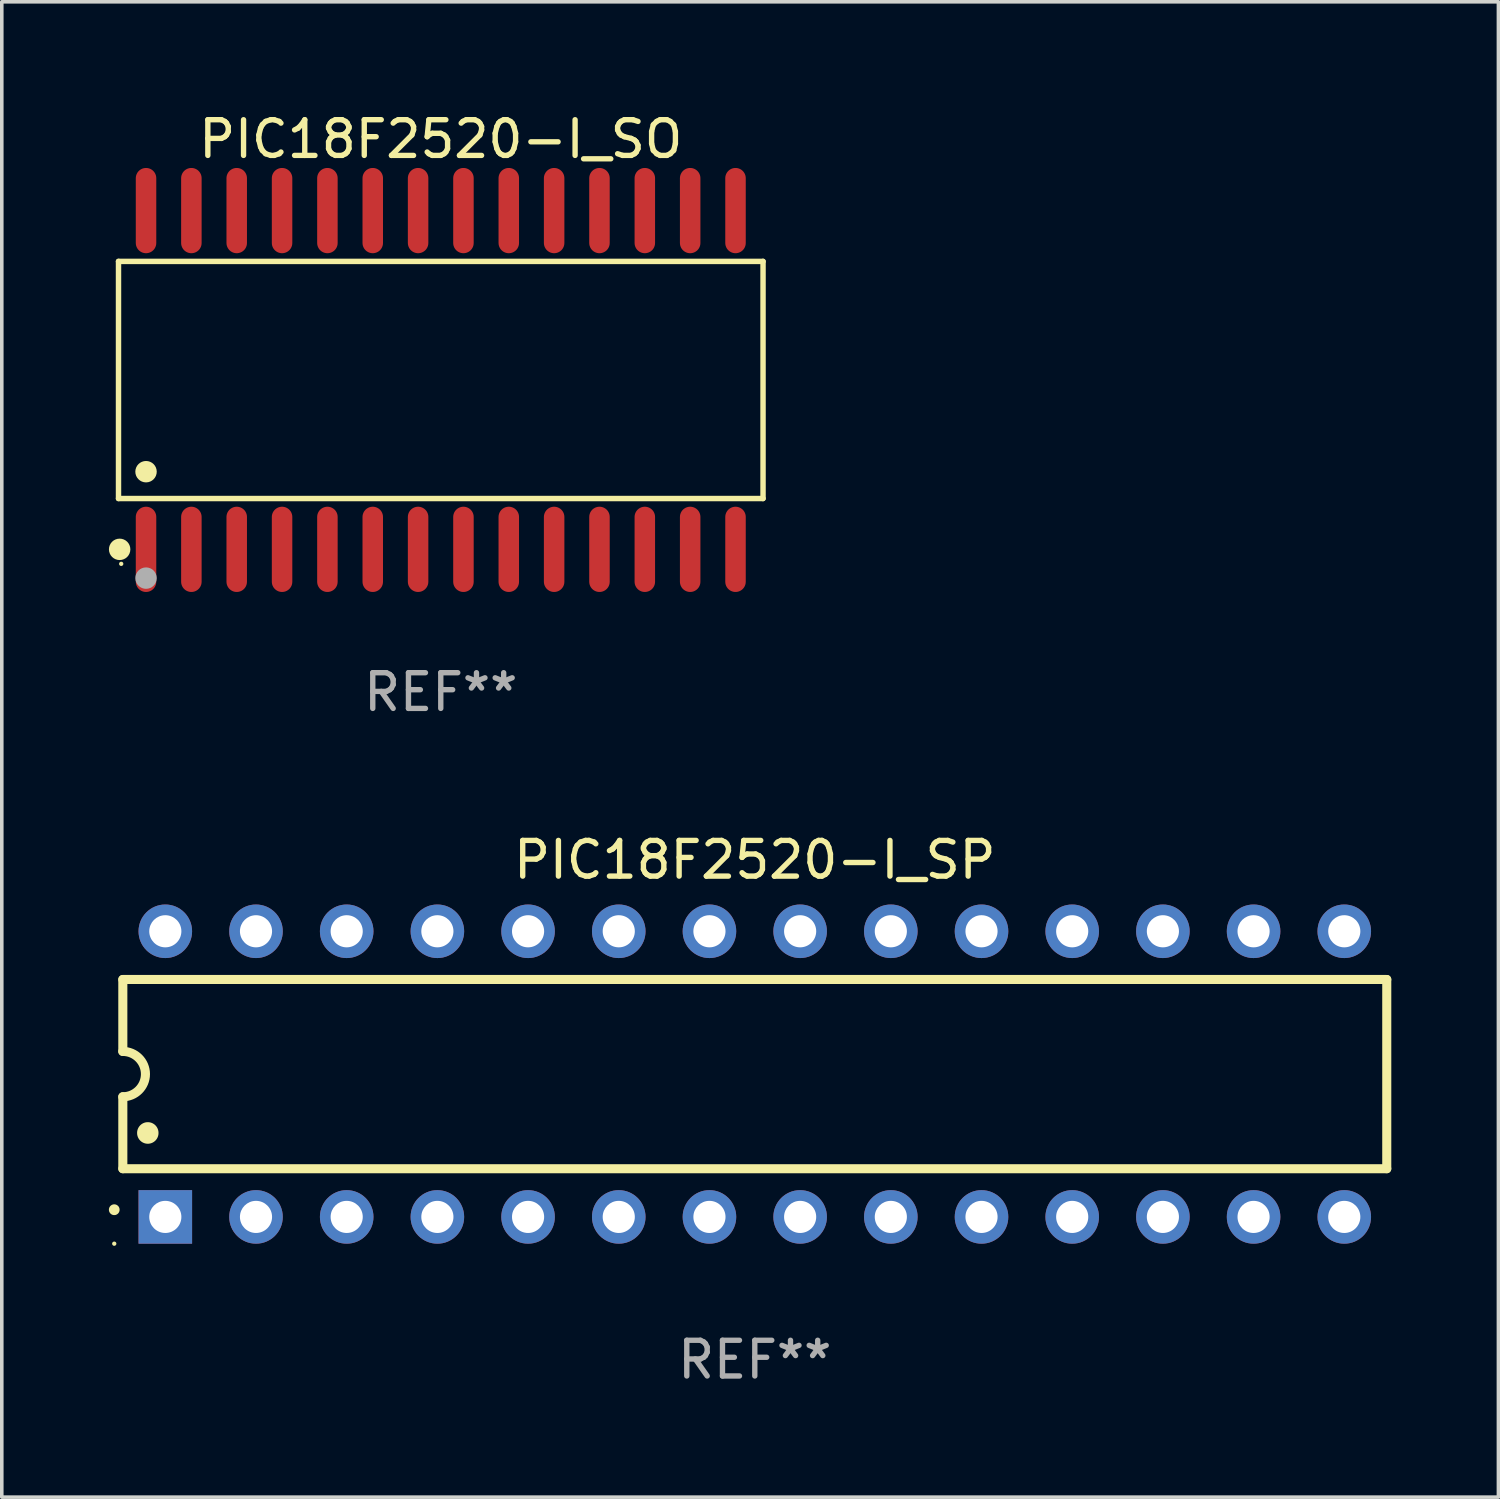
<source format=kicad_pcb>
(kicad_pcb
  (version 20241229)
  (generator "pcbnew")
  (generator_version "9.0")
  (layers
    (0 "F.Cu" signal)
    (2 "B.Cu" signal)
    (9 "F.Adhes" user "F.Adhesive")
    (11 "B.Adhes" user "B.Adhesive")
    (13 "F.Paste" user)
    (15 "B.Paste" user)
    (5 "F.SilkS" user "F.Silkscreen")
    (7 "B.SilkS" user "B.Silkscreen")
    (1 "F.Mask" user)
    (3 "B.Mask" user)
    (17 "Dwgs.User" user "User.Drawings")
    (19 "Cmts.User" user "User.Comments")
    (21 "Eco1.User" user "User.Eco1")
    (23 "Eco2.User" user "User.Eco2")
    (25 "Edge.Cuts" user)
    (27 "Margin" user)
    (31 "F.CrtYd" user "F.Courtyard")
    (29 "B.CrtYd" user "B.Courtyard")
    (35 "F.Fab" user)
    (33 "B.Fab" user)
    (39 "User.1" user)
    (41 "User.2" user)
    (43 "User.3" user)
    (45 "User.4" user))
  (footprint "PIC18F2520-I_SO"
    (layer "F.Cu")
    (at 9.295 7.592)
    (property "Reference" "PIC18F2520-I_SO" (at 0 -6.744 0) (layer "F.SilkS") (effects (font (size 1 1) (thickness 0.15))))
    (attr through_hole)
    (fp_line (start -9.026 -3.321) (end 9.026 -3.321) (stroke (width 0.152) (type solid)) (layer "F.SilkS"))
    (fp_line (start -9.026 3.321) (end -9.026 -3.321) (stroke (width 0.152) (type solid)) (layer "F.SilkS"))
    (fp_line (start 9.026 -3.321) (end 9.026 3.321) (stroke (width 0.152) (type solid)) (layer "F.SilkS"))
    (fp_line (start 9.026 3.321) (end -9.026 3.321) (stroke (width 0.152) (type solid)) (layer "F.SilkS"))
    (fp_circle (center -8.994 4.744) (end -8.844 4.744) (stroke (width 0.3) (type solid)) (fill no) (layer "F.SilkS"))
    (fp_circle (center -8.95 5.15) (end -8.92 5.15) (stroke (width 0.06) (type solid)) (fill no) (layer "F.SilkS"))
    (fp_circle (center -8.255 2.569) (end -8.105 2.569) (stroke (width 0.3) (type solid)) (fill no) (layer "F.SilkS"))
    (fp_circle (center -8.255 5.55) (end -8.105 5.55) (stroke (width 0.3) (type solid)) (fill no) (layer "F.Fab"))
    (fp_text user "REF**" (at 0 8.744 0) (layer "F.Fab") (effects (font (size 1 1) (thickness 0.15))))
    (pad "1" smd oval (at -8.255 4.744) (size 0.574 2.388) (layers "F.Cu" "F.Mask" "F.Paste"))
    (pad "2" smd oval (at -6.985 4.744) (size 0.574 2.388) (layers "F.Cu" "F.Mask" "F.Paste"))
    (pad "3" smd oval (at -5.715 4.744) (size 0.574 2.388) (layers "F.Cu" "F.Mask" "F.Paste"))
    (pad "4" smd oval (at -4.445 4.744) (size 0.574 2.388) (layers "F.Cu" "F.Mask" "F.Paste"))
    (pad "5" smd oval (at -3.175 4.744) (size 0.574 2.388) (layers "F.Cu" "F.Mask" "F.Paste"))
    (pad "6" smd oval (at -1.905 4.744) (size 0.574 2.388) (layers "F.Cu" "F.Mask" "F.Paste"))
    (pad "7" smd oval (at -0.635 4.744) (size 0.574 2.388) (layers "F.Cu" "F.Mask" "F.Paste"))
    (pad "8" smd oval (at 0.635 4.744) (size 0.574 2.388) (layers "F.Cu" "F.Mask" "F.Paste"))
    (pad "9" smd oval (at 1.905 4.744) (size 0.574 2.388) (layers "F.Cu" "F.Mask" "F.Paste"))
    (pad "10" smd oval (at 3.175 4.744) (size 0.574 2.388) (layers "F.Cu" "F.Mask" "F.Paste"))
    (pad "11" smd oval (at 4.445 4.744) (size 0.574 2.388) (layers "F.Cu" "F.Mask" "F.Paste"))
    (pad "12" smd oval (at 5.715 4.744) (size 0.574 2.388) (layers "F.Cu" "F.Mask" "F.Paste"))
    (pad "13" smd oval (at 6.985 4.744) (size 0.574 2.388) (layers "F.Cu" "F.Mask" "F.Paste"))
    (pad "14" smd oval (at 8.255 4.744) (size 0.574 2.388) (layers "F.Cu" "F.Mask" "F.Paste"))
    (pad "15" smd oval (at 8.255 -4.744) (size 0.574 2.388) (layers "F.Cu" "F.Mask" "F.Paste"))
    (pad "16" smd oval (at 6.985 -4.744) (size 0.574 2.388) (layers "F.Cu" "F.Mask" "F.Paste"))
    (pad "17" smd oval (at 5.715 -4.744) (size 0.574 2.388) (layers "F.Cu" "F.Mask" "F.Paste"))
    (pad "18" smd oval (at 4.445 -4.744) (size 0.574 2.388) (layers "F.Cu" "F.Mask" "F.Paste"))
    (pad "19" smd oval (at 3.175 -4.744) (size 0.574 2.388) (layers "F.Cu" "F.Mask" "F.Paste"))
    (pad "20" smd oval (at 1.905 -4.744) (size 0.574 2.388) (layers "F.Cu" "F.Mask" "F.Paste"))
    (pad "21" smd oval (at 0.635 -4.744) (size 0.574 2.388) (layers "F.Cu" "F.Mask" "F.Paste"))
    (pad "22" smd oval (at -0.635 -4.744) (size 0.574 2.388) (layers "F.Cu" "F.Mask" "F.Paste"))
    (pad "23" smd oval (at -1.905 -4.744) (size 0.574 2.388) (layers "F.Cu" "F.Mask" "F.Paste"))
    (pad "24" smd oval (at -3.175 -4.744) (size 0.574 2.388) (layers "F.Cu" "F.Mask" "F.Paste"))
    (pad "25" smd oval (at -4.445 -4.744) (size 0.574 2.388) (layers "F.Cu" "F.Mask" "F.Paste"))
    (pad "26" smd oval (at -5.715 -4.744) (size 0.574 2.388) (layers "F.Cu" "F.Mask" "F.Paste"))
    (pad "27" smd oval (at -6.985 -4.744) (size 0.574 2.388) (layers "F.Cu" "F.Mask" "F.Paste"))
    (pad "28" smd oval (at -8.255 -4.744) (size 0.574 2.388) (layers "F.Cu" "F.Mask" "F.Paste")))
  (footprint "PIC18F2520-I_SP"
    (layer "F.Cu")
    (at 18.09 27.033)
    (property "Reference" "PIC18F2520-I_SP" (at 0 -6 0) (layer "F.SilkS") (effects (font (size 1 1) (thickness 0.15))))
    (attr through_hole)
    (fp_line (start -17.7 -2.65) (end 17.7 -2.65) (stroke (width 0.254) (type solid)) (layer "F.SilkS"))
    (fp_line (start -17.7 -0.635) (end -17.7 -2.65) (stroke (width 0.254) (type solid)) (layer "F.SilkS"))
    (fp_line (start -17.7 2.65) (end -17.7 0.635) (stroke (width 0.254) (type solid)) (layer "F.SilkS"))
    (fp_line (start 17.7 -2.65) (end 17.7 2.65) (stroke (width 0.254) (type solid)) (layer "F.SilkS"))
    (fp_line (start 17.7 2.65) (end -17.7 2.65) (stroke (width 0.254) (type solid)) (layer "F.SilkS"))
    (fp_arc (start -17.940056 3.799848) (mid -17.940061 3.798578) (end -17.940056 3.797308) (stroke (width 0.3) (type solid)) (layer "F.SilkS"))
    (fp_arc (start -17.701295 -0.635001) (mid -17.066294 0) (end -17.701295 0.635001) (stroke (width 0.254001) (type solid)) (layer "F.SilkS"))
    (fp_arc (start -17.000254 1.651003) (mid -17.000265 1.648463) (end -17.000254 1.645923) (stroke (width 0.6) (type solid)) (layer "F.SilkS"))
    (fp_circle (center -17.94 4.75) (end -17.91 4.75) (stroke (width 0.06) (type solid)) (fill no) (layer "F.SilkS"))
    (fp_text user "REF**" (at 0 8 0) (layer "F.Fab") (effects (font (size 1 1) (thickness 0.15))))
    (pad "1" thru_hole rect (at -16.51 4 90) (size 1.5 1.5) (drill 0.9) (layers "*.Cu" "*.Mask"))
    (pad "2" thru_hole circle (at -13.97 4) (size 1.5 1.5) (drill 0.9) (layers "*.Cu" "*.Mask"))
    (pad "3" thru_hole circle (at -11.43 4) (size 1.5 1.5) (drill 0.9) (layers "*.Cu" "*.Mask"))
    (pad "4" thru_hole circle (at -8.89 4) (size 1.5 1.5) (drill 0.9) (layers "*.Cu" "*.Mask"))
    (pad "5" thru_hole circle (at -6.35 4) (size 1.5 1.5) (drill 0.9) (layers "*.Cu" "*.Mask"))
    (pad "6" thru_hole circle (at -3.81 4) (size 1.5 1.5) (drill 0.9) (layers "*.Cu" "*.Mask"))
    (pad "7" thru_hole circle (at -1.27 4) (size 1.5 1.5) (drill 0.9) (layers "*.Cu" "*.Mask"))
    (pad "8" thru_hole circle (at 1.27 4) (size 1.5 1.5) (drill 0.9) (layers "*.Cu" "*.Mask"))
    (pad "9" thru_hole circle (at 3.81 4) (size 1.5 1.5) (drill 0.9) (layers "*.Cu" "*.Mask"))
    (pad "10" thru_hole circle (at 6.35 4) (size 1.5 1.5) (drill 0.9) (layers "*.Cu" "*.Mask"))
    (pad "11" thru_hole circle (at 8.89 4) (size 1.5 1.5) (drill 0.9) (layers "*.Cu" "*.Mask"))
    (pad "12" thru_hole circle (at 11.43 4) (size 1.5 1.5) (drill 0.9) (layers "*.Cu" "*.Mask"))
    (pad "13" thru_hole circle (at 13.97 4) (size 1.5 1.5) (drill 0.9) (layers "*.Cu" "*.Mask"))
    (pad "14" thru_hole circle (at 16.51 4) (size 1.5 1.5) (drill 0.9) (layers "*.Cu" "*.Mask"))
    (pad "15" thru_hole circle (at 16.51 -4) (size 1.5 1.5) (drill 0.9) (layers "*.Cu" "*.Mask"))
    (pad "16" thru_hole circle (at 13.97 -4) (size 1.5 1.5) (drill 0.9) (layers "*.Cu" "*.Mask"))
    (pad "17" thru_hole circle (at 11.43 -4) (size 1.5 1.5) (drill 0.9) (layers "*.Cu" "*.Mask"))
    (pad "18" thru_hole circle (at 8.89 -4) (size 1.5 1.5) (drill 0.9) (layers "*.Cu" "*.Mask"))
    (pad "19" thru_hole circle (at 6.35 -4) (size 1.5 1.5) (drill 0.9) (layers "*.Cu" "*.Mask"))
    (pad "20" thru_hole circle (at 3.81 -4) (size 1.5 1.5) (drill 0.9) (layers "*.Cu" "*.Mask"))
    (pad "21" thru_hole circle (at 1.27 -4) (size 1.5 1.5) (drill 0.9) (layers "*.Cu" "*.Mask"))
    (pad "22" thru_hole circle (at -1.27 -4) (size 1.5 1.5) (drill 0.9) (layers "*.Cu" "*.Mask"))
    (pad "23" thru_hole circle (at -3.81 -4) (size 1.5 1.5) (drill 0.9) (layers "*.Cu" "*.Mask"))
    (pad "24" thru_hole circle (at -6.35 -4) (size 1.5 1.5) (drill 0.9) (layers "*.Cu" "*.Mask"))
    (pad "25" thru_hole circle (at -8.89 -4) (size 1.5 1.5) (drill 0.9) (layers "*.Cu" "*.Mask"))
    (pad "26" thru_hole circle (at -11.43 -4) (size 1.5 1.5) (drill 0.9) (layers "*.Cu" "*.Mask"))
    (pad "27" thru_hole circle (at -13.97 -4) (size 1.5 1.5) (drill 0.9) (layers "*.Cu" "*.Mask"))
    (pad "28" thru_hole circle (at -16.51 -4) (size 1.5 1.5) (drill 0.9) (layers "*.Cu" "*.Mask")))
  (gr_rect
    (start -3 -3)
    (end 38.917 38.881)
    (stroke (width 0.1) (type default))
    (fill no)
    (layer "Edge.Cuts")))
</source>
